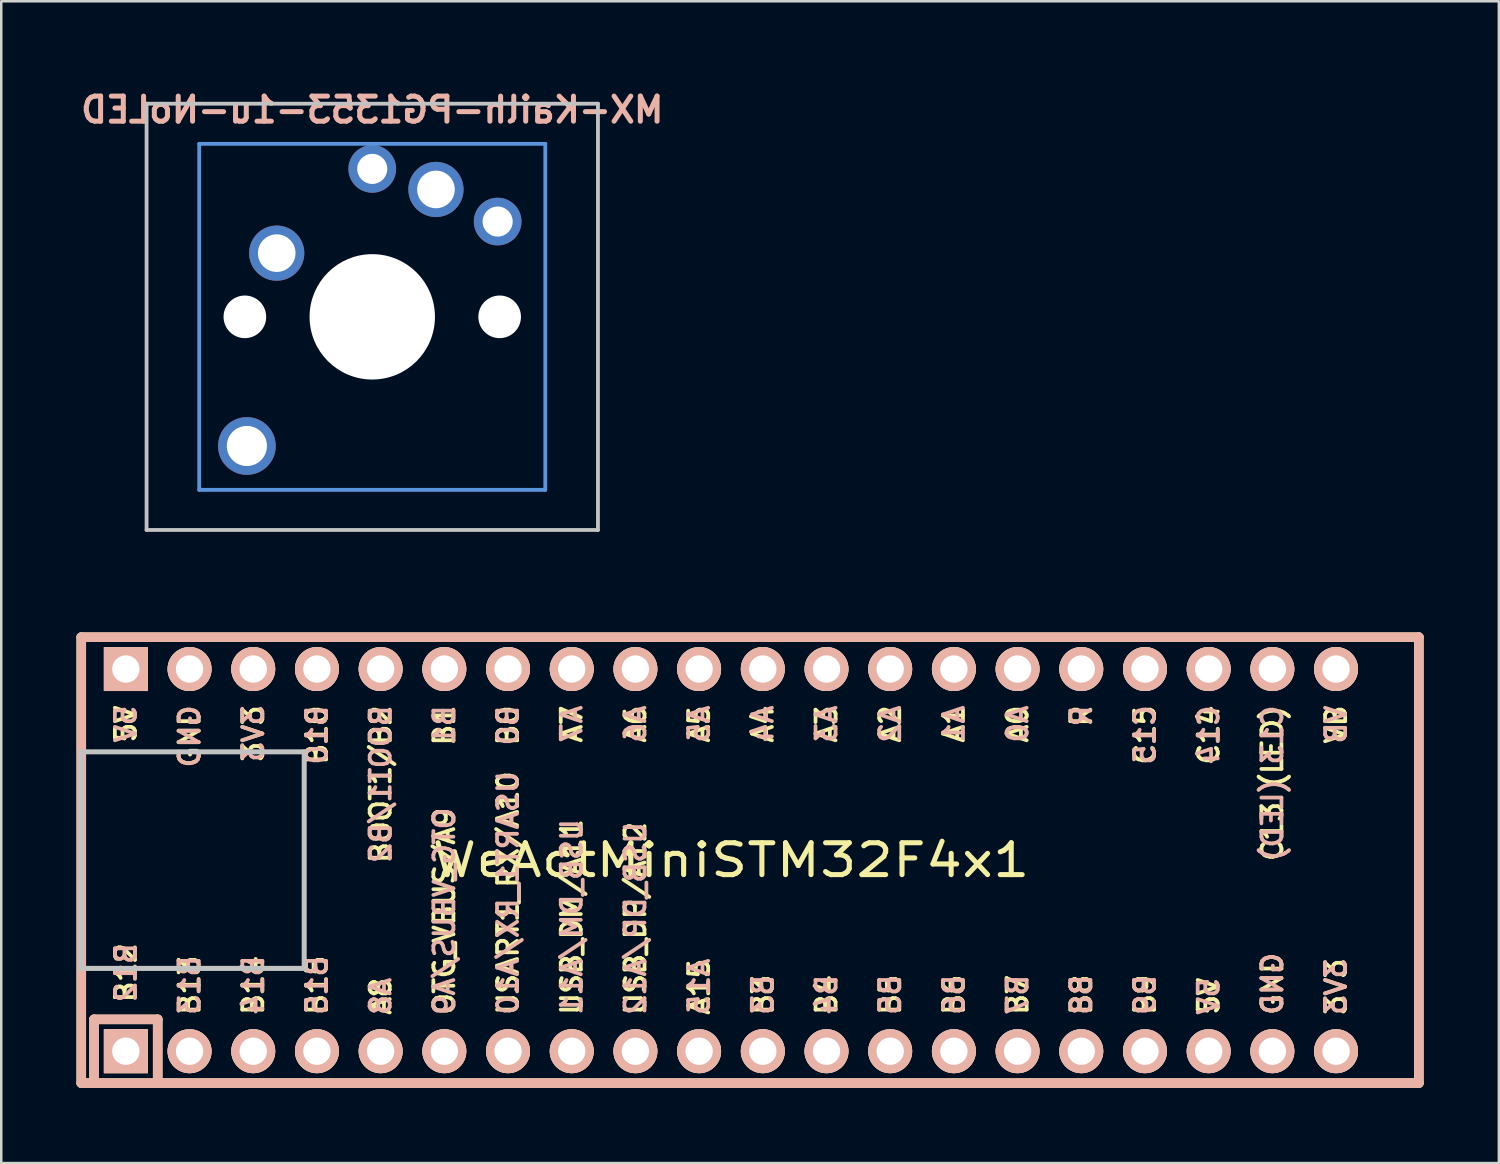
<source format=kicad_pcb>
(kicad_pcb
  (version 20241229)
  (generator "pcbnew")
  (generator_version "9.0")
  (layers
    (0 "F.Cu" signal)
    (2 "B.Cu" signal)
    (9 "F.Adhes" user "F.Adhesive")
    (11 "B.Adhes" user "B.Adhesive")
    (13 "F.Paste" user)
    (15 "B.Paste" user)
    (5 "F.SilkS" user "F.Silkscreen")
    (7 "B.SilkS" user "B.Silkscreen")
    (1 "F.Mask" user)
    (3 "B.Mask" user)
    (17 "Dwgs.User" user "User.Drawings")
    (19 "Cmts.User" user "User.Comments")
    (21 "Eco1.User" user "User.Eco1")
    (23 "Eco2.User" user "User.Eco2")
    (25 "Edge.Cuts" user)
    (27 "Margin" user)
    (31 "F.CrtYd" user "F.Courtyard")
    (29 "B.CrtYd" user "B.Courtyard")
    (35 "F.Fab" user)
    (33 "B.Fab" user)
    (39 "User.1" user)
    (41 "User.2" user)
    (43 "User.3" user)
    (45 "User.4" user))
  (footprint "MX-Kailh-PG1353-1u-NoLED"
    (layer "F.Cu")
    (at 11.795 9.585)
    (property "Reference" "MX-Kailh-PG1353-1u-NoLED" (at 0 -8.255 0) (layer "B.SilkS") (effects (font (size 1 1) (thickness 0.2)) (justify mirror)))
    (attr through_hole)
    (fp_line (start -9 -8.5) (end 9 -8.5) (stroke (width 0.152) (type solid)) (layer "Dwgs.User"))
    (fp_line (start -9 8.5) (end -9 -8.5) (stroke (width 0.152) (type solid)) (layer "Dwgs.User"))
    (fp_line (start 9 -8.5) (end 9 8.5) (stroke (width 0.152) (type solid)) (layer "Dwgs.User"))
    (fp_line (start 9 8.5) (end -9 8.5) (stroke (width 0.152) (type solid)) (layer "Dwgs.User"))
    (fp_line (start -6.9 -6.9) (end 6.9 -6.9) (stroke (width 0.152) (type solid)) (layer "Cmts.User"))
    (fp_line (start -6.9 6.9) (end -6.9 -6.9) (stroke (width 0.152) (type solid)) (layer "Cmts.User"))
    (fp_line (start 6.9 -6.9) (end 6.9 6.9) (stroke (width 0.152) (type solid)) (layer "Cmts.User"))
    (fp_line (start 6.9 6.9) (end -6.9 6.9) (stroke (width 0.152) (type solid)) (layer "Cmts.User"))
    (fp_line (start -9.525 9.525) (end -9.525 -9.525) (stroke (width 0.12) (type solid)) (layer "Eco1.User"))
    (fp_line (start 9.525 -9.525) (end -9.525 -9.525) (stroke (width 0.12) (type solid)) (layer "Eco1.User"))
    (fp_line (start 9.525 9.525) (end -9.525 9.525) (stroke (width 0.12) (type solid)) (layer "Eco1.User"))
    (fp_line (start 9.525 9.525) (end 9.525 -9.525) (stroke (width 0.12) (type solid)) (layer "Eco1.User"))
    (fp_line (start -7.5 -7.5) (end 7.5 -7.5) (stroke (width 0.152) (type solid)) (layer "Eco2.User"))
    (fp_line (start -7.5 7.5) (end -7.5 -7.5) (stroke (width 0.152) (type solid)) (layer "Eco2.User"))
    (fp_line (start 7.5 -7.5) (end 7.5 7.5) (stroke (width 0.152) (type solid)) (layer "Eco2.User"))
    (fp_line (start 7.5 7.5) (end -7.5 7.5) (stroke (width 0.152) (type solid)) (layer "Eco2.User"))
    (pad "" np_thru_hole circle (at -5.08 0) (size 1.7 1.7) (drill 1.7) (layers "*.Cu" "*.Mask"))
    (pad "" np_thru_hole circle (at 0 0) (size 5 5) (drill 5) (layers "*.Cu" "*.Mask"))
    (pad "" np_thru_hole circle (at 5.08 0) (size 1.7 1.7) (drill 1.7) (layers "*.Cu" "*.Mask"))
    (pad "1" thru_hole circle (at 2.54 -5.08) (size 2.2 2.2) (drill 1.5) (layers "*.Cu" "*.Mask"))
    (pad "1" thru_hole circle (at 5 -3.8 221.9) (size 1.9 1.9) (drill 1.2) (layers "*.Cu" "*.Mask"))
    (pad "2" thru_hole circle (at -3.81 -2.54) (size 2.2 2.2) (drill 1.5) (layers "*.Cu" "*.Mask"))
    (pad "2" thru_hole circle (at 0 -5.9) (size 1.9 1.9) (drill 1.2) (layers "*.Cu" "*.Mask"))
    (pad "NC" thru_hole circle (at -5 5.15) (size 2.3 2.3) (drill 1.6) (layers "*.Cu" "*.Mask")))
  (footprint "WeActMiniSTM32F4x1"
    (layer "F.Cu")
    (at 26.099 31.25)
    (property "Reference" "WeActMiniSTM32F4x1" (at 0 0 0) (layer "F.SilkS") (effects (font (size 1.27 1.524) (thickness 0.203))))
    (attr through_hole)
    (fp_line (start -25.908 -8.89) (end -25.908 8.89) (stroke (width 0.381) (type solid)) (layer "F.SilkS"))
    (fp_line (start -25.908 8.89) (end 27.432 8.89) (stroke (width 0.381) (type solid)) (layer "F.SilkS"))
    (fp_line (start -25.4 6.35) (end -25.4 8.89) (stroke (width 0.381) (type solid)) (layer "F.SilkS"))
    (fp_line (start -25.4 6.35) (end -22.86 6.35) (stroke (width 0.381) (type solid)) (layer "F.SilkS"))
    (fp_line (start -22.86 6.35) (end -22.86 8.89) (stroke (width 0.381) (type solid)) (layer "F.SilkS"))
    (fp_line (start 27.432 -8.89) (end -25.908 -8.89) (stroke (width 0.381) (type solid)) (layer "F.SilkS"))
    (fp_line (start 27.432 8.89) (end 27.432 -8.89) (stroke (width 0.381) (type solid)) (layer "F.SilkS"))
    (fp_line (start -25.908 -8.89) (end -25.908 8.89) (stroke (width 0.381) (type solid)) (layer "B.SilkS"))
    (fp_line (start -25.908 8.89) (end 27.432 8.89) (stroke (width 0.381) (type solid)) (layer "B.SilkS"))
    (fp_line (start -25.4 6.35) (end -25.4 8.89) (stroke (width 0.381) (type solid)) (layer "B.SilkS"))
    (fp_line (start -25.4 6.35) (end -22.86 6.35) (stroke (width 0.381) (type solid)) (layer "B.SilkS"))
    (fp_line (start -22.86 6.35) (end -22.86 8.89) (stroke (width 0.381) (type solid)) (layer "B.SilkS"))
    (fp_line (start 27.432 -8.89) (end -25.908 -8.89) (stroke (width 0.381) (type solid)) (layer "B.SilkS"))
    (fp_line (start 27.432 8.89) (end 27.432 -8.89) (stroke (width 0.381) (type solid)) (layer "B.SilkS"))
    (fp_line (start -25.908 -4.318) (end -17.018 -4.318) (stroke (width 0.2) (type solid)) (layer "Dwgs.User"))
    (fp_line (start -25.908 4.318) (end -25.908 -4.318) (stroke (width 0.2) (type solid)) (layer "Dwgs.User"))
    (fp_line (start -17.018 -4.318) (end -17.018 4.318) (stroke (width 0.2) (type solid)) (layer "Dwgs.User"))
    (fp_line (start -17.018 4.318) (end -25.908 4.318) (stroke (width 0.2) (type solid)) (layer "Dwgs.User"))
    (fp_text user "B15" (at -16.51 6.25 90) (layer "F.SilkS") (effects (font (size 0.8 0.8) (thickness 0.15)) (justify left)))
    (fp_text user "3V3" (at 24.13 6.25 90) (layer "F.SilkS") (effects (font (size 0.8 0.8) (thickness 0.15)) (justify left)))
    (fp_text user "GND" (at 21.59 6.25 90) (layer "F.SilkS") (effects (font (size 0.8 0.8) (thickness 0.15)) (justify left)))
    (fp_text user "B9" (at 16.51 6.25 90) (layer "F.SilkS") (effects (font (size 0.8 0.8) (thickness 0.15)) (justify left)))
    (fp_text user "USART1_RX/A10" (at -8.89 6.25 90) (layer "F.SilkS") (effects (font (size 0.8 0.8) (thickness 0.15)) (justify left)))
    (fp_text user "C14" (at 19.05 -6.25 90) (layer "F.SilkS") (effects (font (size 0.8 0.8) (thickness 0.15)) (justify right)))
    (fp_text user "B12" (at -24.13 5.75 90) (layer "F.SilkS") (effects (font (size 0.8 0.8) (thickness 0.15)) (justify left)))
    (fp_text user "OTG_VBUS/A9" (at -11.43 6.25 90) (layer "F.SilkS") (effects (font (size 0.8 0.8) (thickness 0.15)) (justify left)))
    (fp_text user "C13 (LED)" (at 21.59 -6.25 90) (layer "F.SilkS") (effects (font (size 0.8 0.8) (thickness 0.15)) (justify right)))
    (fp_text user "VB" (at 24.13 -6.25 90) (layer "F.SilkS") (effects (font (size 0.8 0.8) (thickness 0.15)) (justify right)))
    (fp_text user "B4" (at 3.81 6.25 90) (layer "F.SilkS") (effects (font (size 0.8 0.8) (thickness 0.15)) (justify left)))
    (fp_text user "A1" (at 8.89 -6.25 90) (layer "F.SilkS") (effects (font (size 0.8 0.8) (thickness 0.15)) (justify right)))
    (fp_text user "USB_DP/A12" (at -3.81 6.25 90) (layer "F.SilkS") (effects (font (size 0.8 0.8) (thickness 0.15)) (justify left)))
    (fp_text user "B3" (at 1.27 6.25 90) (layer "F.SilkS") (effects (font (size 0.8 0.8) (thickness 0.15)) (justify left)))
    (fp_text user "A15" (at -1.27 6.25 90) (layer "F.SilkS") (effects (font (size 0.8 0.8) (thickness 0.15)) (justify left)))
    (fp_text user "A6" (at -3.81 -6.25 90) (layer "F.SilkS") (effects (font (size 0.8 0.8) (thickness 0.15)) (justify right)))
    (fp_text user "5V" (at -24.13 -6.25 90) (layer "F.SilkS") (effects (font (size 0.8 0.8) (thickness 0.15)) (justify right)))
    (fp_text user "A7" (at -6.35 -6.25 90) (layer "F.SilkS") (effects (font (size 0.8 0.8) (thickness 0.15)) (justify right)))
    (fp_text user "GND" (at -21.59 -6.25 90) (layer "F.SilkS") (effects (font (size 0.8 0.8) (thickness 0.15)) (justify right)))
    (fp_text user "B14" (at -19.05 6.25 90) (layer "F.SilkS") (effects (font (size 0.8 0.8) (thickness 0.15)) (justify left)))
    (fp_text user "B1" (at -11.43 -6.25 90) (layer "F.SilkS") (effects (font (size 0.8 0.8) (thickness 0.15)) (justify right)))
    (fp_text user "3V3" (at -19.05 -6.25 90) (layer "F.SilkS") (effects (font (size 0.8 0.8) (thickness 0.15)) (justify right)))
    (fp_text user "R" (at 13.97 -6.25 90) (layer "F.SilkS") (effects (font (size 0.8 0.8) (thickness 0.15)) (justify right)))
    (fp_text user "B13" (at -21.59 6.25 90) (layer "F.SilkS") (effects (font (size 0.8 0.8) (thickness 0.15)) (justify left)))
    (fp_text user "A4" (at 1.27 -6.25 90) (layer "F.SilkS") (effects (font (size 0.8 0.8) (thickness 0.15)) (justify right)))
    (fp_text user "BOOT1/B2" (at -13.97 -6.25 90) (layer "F.SilkS") (effects (font (size 0.8 0.8) (thickness 0.15)) (justify right)))
    (fp_text user "5V" (at 19.05 6.25 90) (layer "F.SilkS") (effects (font (size 0.8 0.8) (thickness 0.15)) (justify left)))
    (fp_text user "B7" (at 11.43 6.25 90) (layer "F.SilkS") (effects (font (size 0.8 0.8) (thickness 0.15)) (justify left)))
    (fp_text user "B6" (at 8.89 6.25 90) (layer "F.SilkS") (effects (font (size 0.8 0.8) (thickness 0.15)) (justify left)))
    (fp_text user "A5" (at -1.27 -6.25 90) (layer "F.SilkS") (effects (font (size 0.8 0.8) (thickness 0.15)) (justify right)))
    (fp_text user "B0" (at -8.89 -6.25 90) (layer "F.SilkS") (effects (font (size 0.8 0.8) (thickness 0.15)) (justify right)))
    (fp_text user "A8" (at -13.97 6.25 90) (layer "F.SilkS") (effects (font (size 0.8 0.8) (thickness 0.15)) (justify left)))
    (fp_text user "USB_DM/A11" (at -6.35 6.25 90) (layer "F.SilkS") (effects (font (size 0.8 0.8) (thickness 0.15)) (justify left)))
    (fp_text user "A0" (at 11.43 -6.25 90) (layer "F.SilkS") (effects (font (size 0.8 0.8) (thickness 0.15)) (justify right)))
    (fp_text user "B8" (at 13.97 6.25 90) (layer "F.SilkS") (effects (font (size 0.8 0.8) (thickness 0.15)) (justify left)))
    (fp_text user "B5" (at 6.35 6.25 90) (layer "F.SilkS") (effects (font (size 0.8 0.8) (thickness 0.15)) (justify left)))
    (fp_text user "C15" (at 16.51 -6.25 90) (layer "F.SilkS") (effects (font (size 0.8 0.8) (thickness 0.15)) (justify right)))
    (fp_text user "B10" (at -16.51 -6.25 90) (layer "F.SilkS") (effects (font (size 0.8 0.8) (thickness 0.15)) (justify right)))
    (fp_text user "A2" (at 6.35 -6.25 90) (layer "F.SilkS") (effects (font (size 0.8 0.8) (thickness 0.15)) (justify right)))
    (fp_text user "A3" (at 3.81 -6.25 90) (layer "F.SilkS") (effects (font (size 0.8 0.8) (thickness 0.15)) (justify right)))
    (fp_text user "USB_DP/A12" (at -3.81 6.25 90) (layer "B.SilkS") (effects (font (size 0.8 0.8) (thickness 0.15)) (justify right mirror)))
    (fp_text user "A4" (at 1.27 -6.25 90) (layer "B.SilkS") (effects (font (size 0.8 0.8) (thickness 0.15)) (justify left mirror)))
    (fp_text user "A2" (at 6.35 -6.25 90) (layer "B.SilkS") (effects (font (size 0.8 0.8) (thickness 0.15)) (justify left mirror)))
    (fp_text user "B4" (at 3.81 6.25 90) (layer "B.SilkS") (effects (font (size 0.8 0.8) (thickness 0.15)) (justify right mirror)))
    (fp_text user "OTG_VBUS/A9" (at -11.43 6.25 90) (layer "B.SilkS") (effects (font (size 0.8 0.8) (thickness 0.15)) (justify right mirror)))
    (fp_text user "C14" (at 19.05 -6.25 90) (layer "B.SilkS") (effects (font (size 0.8 0.8) (thickness 0.15)) (justify left mirror)))
    (fp_text user "B3" (at 1.27 6.25 90) (layer "B.SilkS") (effects (font (size 0.8 0.8) (thickness 0.15)) (justify right mirror)))
    (fp_text user "B5" (at 6.35 6.25 90) (layer "B.SilkS") (effects (font (size 0.8 0.8) (thickness 0.15)) (justify right mirror)))
    (fp_text user "5V" (at -24.13 -6.25 90) (layer "B.SilkS") (effects (font (size 0.8 0.8) (thickness 0.15)) (justify left mirror)))
    (fp_text user "B13" (at -21.59 6.25 90) (layer "B.SilkS") (effects (font (size 0.8 0.8) (thickness 0.15)) (justify right mirror)))
    (fp_text user "A8" (at -13.97 6.25 90) (layer "B.SilkS") (effects (font (size 0.8 0.8) (thickness 0.15)) (justify right mirror)))
    (fp_text user "B0" (at -8.89 -6.25 90) (layer "B.SilkS") (effects (font (size 0.8 0.8) (thickness 0.15)) (justify left mirror)))
    (fp_text user "B9" (at 16.51 6.25 90) (layer "B.SilkS") (effects (font (size 0.8 0.8) (thickness 0.15)) (justify right mirror)))
    (fp_text user "B7" (at 11.43 6.25 90) (layer "B.SilkS") (effects (font (size 0.8 0.8) (thickness 0.15)) (justify right mirror)))
    (fp_text user "C13 (LED)" (at 21.59 -6.25 90) (layer "B.SilkS") (effects (font (size 0.8 0.8) (thickness 0.15)) (justify left mirror)))
    (fp_text user "A0" (at 11.43 -6.25 90) (layer "B.SilkS") (effects (font (size 0.8 0.8) (thickness 0.15)) (justify left mirror)))
    (fp_text user "VB" (at 24.13 -6.25 90) (layer "B.SilkS") (effects (font (size 0.8 0.8) (thickness 0.15)) (justify left mirror)))
    (fp_text user "3V3" (at 24.13 6.25 90) (layer "B.SilkS") (effects (font (size 0.8 0.8) (thickness 0.15)) (justify right mirror)))
    (fp_text user "B6" (at 8.89 6.25 90) (layer "B.SilkS") (effects (font (size 0.8 0.8) (thickness 0.15)) (justify right mirror)))
    (fp_text user "B12" (at -24.13 5.75 90) (layer "B.SilkS") (effects (font (size 0.8 0.8) (thickness 0.15)) (justify right mirror)))
    (fp_text user "BOOT1/B2" (at -13.97 -6.25 90) (layer "B.SilkS") (effects (font (size 0.8 0.8) (thickness 0.15)) (justify left mirror)))
    (fp_text user "USART1_RX/A10" (at -8.89 6.25 90) (layer "B.SilkS") (effects (font (size 0.8 0.8) (thickness 0.15)) (justify right mirror)))
    (fp_text user "B8" (at 13.97 6.25 90) (layer "B.SilkS") (effects (font (size 0.8 0.8) (thickness 0.15)) (justify right mirror)))
    (fp_text user "3V3" (at -19.05 -6.25 90) (layer "B.SilkS") (effects (font (size 0.8 0.8) (thickness 0.15)) (justify left mirror)))
    (fp_text user "USB_DM/A11" (at -6.35 6.25 90) (layer "B.SilkS") (effects (font (size 0.8 0.8) (thickness 0.15)) (justify right mirror)))
    (fp_text user "A5" (at -1.27 -6.25 90) (layer "B.SilkS") (effects (font (size 0.8 0.8) (thickness 0.15)) (justify left mirror)))
    (fp_text user "B10" (at -16.51 -6.25 90) (layer "B.SilkS") (effects (font (size 0.8 0.8) (thickness 0.15)) (justify left mirror)))
    (fp_text user "A7" (at -6.35 -6.25 90) (layer "B.SilkS") (effects (font (size 0.8 0.8) (thickness 0.15)) (justify left mirror)))
    (fp_text user "B1" (at -11.43 -6.25 90) (layer "B.SilkS") (effects (font (size 0.8 0.8) (thickness 0.15)) (justify left mirror)))
    (fp_text user "GND" (at -21.59 -6.25 90) (layer "B.SilkS") (effects (font (size 0.8 0.8) (thickness 0.15)) (justify left mirror)))
    (fp_text user "A15" (at -1.27 6.25 90) (layer "B.SilkS") (effects (font (size 0.8 0.8) (thickness 0.15)) (justify right mirror)))
    (fp_text user "B15" (at -16.51 6.25 90) (layer "B.SilkS") (effects (font (size 0.8 0.8) (thickness 0.15)) (justify right mirror)))
    (fp_text user "A1" (at 8.89 -6.25 90) (layer "B.SilkS") (effects (font (size 0.8 0.8) (thickness 0.15)) (justify left mirror)))
    (fp_text user "5V" (at 19.05 6.25 90) (layer "B.SilkS") (effects (font (size 0.8 0.8) (thickness 0.15)) (justify right mirror)))
    (fp_text user "B14" (at -19.05 6.25 90) (layer "B.SilkS") (effects (font (size 0.8 0.8) (thickness 0.15)) (justify right mirror)))
    (fp_text user "GND" (at 21.59 6.25 90) (layer "B.SilkS") (effects (font (size 0.8 0.8) (thickness 0.15)) (justify right mirror)))
    (fp_text user "A6" (at -3.81 -6.25 90) (layer "B.SilkS") (effects (font (size 0.8 0.8) (thickness 0.15)) (justify left mirror)))
    (fp_text user "R" (at 13.97 -6.25 90) (layer "B.SilkS") (effects (font (size 0.8 0.8) (thickness 0.15)) (justify left mirror)))
    (fp_text user "A3" (at 3.81 -6.25 90) (layer "B.SilkS") (effects (font (size 0.8 0.8) (thickness 0.15)) (justify left mirror)))
    (fp_text user "C15" (at 16.51 -6.25 90) (layer "B.SilkS") (effects (font (size 0.8 0.8) (thickness 0.15)) (justify left mirror)))
    (pad "1" thru_hole rect (at -24.13 7.62) (size 1.753 1.753) (drill 1.092) (layers "*.Cu" "*.SilkS" "*.Mask"))
    (pad "2" thru_hole circle (at -21.59 7.62) (size 1.753 1.753) (drill 1.092) (layers "*.Cu" "*.SilkS" "*.Mask"))
    (pad "3" thru_hole circle (at -19.05 7.62) (size 1.753 1.753) (drill 1.092) (layers "*.Cu" "*.SilkS" "*.Mask"))
    (pad "4" thru_hole circle (at -16.51 7.62) (size 1.753 1.753) (drill 1.092) (layers "*.Cu" "*.SilkS" "*.Mask"))
    (pad "5" thru_hole circle (at -13.97 7.62) (size 1.753 1.753) (drill 1.092) (layers "*.Cu" "*.SilkS" "*.Mask"))
    (pad "6" thru_hole circle (at -11.43 7.62) (size 1.753 1.753) (drill 1.092) (layers "*.Cu" "*.SilkS" "*.Mask"))
    (pad "7" thru_hole circle (at -8.89 7.62) (size 1.753 1.753) (drill 1.092) (layers "*.Cu" "*.SilkS" "*.Mask"))
    (pad "8" thru_hole circle (at -6.35 7.62) (size 1.753 1.753) (drill 1.092) (layers "*.Cu" "*.SilkS" "*.Mask"))
    (pad "9" thru_hole circle (at -3.81 7.62) (size 1.753 1.753) (drill 1.092) (layers "*.Cu" "*.SilkS" "*.Mask"))
    (pad "10" thru_hole circle (at -1.27 7.62) (size 1.753 1.753) (drill 1.092) (layers "*.Cu" "*.SilkS" "*.Mask"))
    (pad "11" thru_hole circle (at 1.27 7.62) (size 1.753 1.753) (drill 1.092) (layers "*.Cu" "*.SilkS" "*.Mask"))
    (pad "12" thru_hole circle (at 3.81 7.62) (size 1.753 1.753) (drill 1.092) (layers "*.Cu" "*.SilkS" "*.Mask"))
    (pad "13" thru_hole circle (at 6.35 7.62) (size 1.753 1.753) (drill 1.092) (layers "*.Cu" "*.SilkS" "*.Mask"))
    (pad "14" thru_hole circle (at 8.89 7.62) (size 1.753 1.753) (drill 1.092) (layers "*.Cu" "*.SilkS" "*.Mask"))
    (pad "15" thru_hole circle (at 11.43 7.62) (size 1.753 1.753) (drill 1.092) (layers "*.Cu" "*.SilkS" "*.Mask"))
    (pad "16" thru_hole circle (at 13.97 7.62) (size 1.753 1.753) (drill 1.092) (layers "*.Cu" "*.SilkS" "*.Mask"))
    (pad "17" thru_hole circle (at 16.51 7.62) (size 1.753 1.753) (drill 1.092) (layers "*.Cu" "*.SilkS" "*.Mask"))
    (pad "18" thru_hole circle (at 19.05 7.62) (size 1.753 1.753) (drill 1.092) (layers "*.Cu" "*.SilkS" "*.Mask"))
    (pad "19" thru_hole circle (at 21.59 7.62) (size 1.753 1.753) (drill 1.092) (layers "*.Cu" "*.SilkS" "*.Mask"))
    (pad "20" thru_hole circle (at 24.13 7.62) (size 1.753 1.753) (drill 1.092) (layers "*.Cu" "*.SilkS" "*.Mask"))
    (pad "21" thru_hole circle (at 24.13 -7.62) (size 1.753 1.753) (drill 1.092) (layers "*.Cu" "*.SilkS" "*.Mask"))
    (pad "22" thru_hole circle (at 21.59 -7.62) (size 1.753 1.753) (drill 1.092) (layers "*.Cu" "*.SilkS" "*.Mask"))
    (pad "23" thru_hole circle (at 19.05 -7.62) (size 1.753 1.753) (drill 1.092) (layers "*.Cu" "*.SilkS" "*.Mask"))
    (pad "24" thru_hole circle (at 16.51 -7.62) (size 1.753 1.753) (drill 1.092) (layers "*.Cu" "*.SilkS" "*.Mask"))
    (pad "25" thru_hole circle (at 13.97 -7.62) (size 1.753 1.753) (drill 1.092) (layers "*.Cu" "*.SilkS" "*.Mask"))
    (pad "26" thru_hole circle (at 11.43 -7.62) (size 1.753 1.753) (drill 1.092) (layers "*.Cu" "*.SilkS" "*.Mask"))
    (pad "27" thru_hole circle (at 8.89 -7.62) (size 1.753 1.753) (drill 1.092) (layers "*.Cu" "*.SilkS" "*.Mask"))
    (pad "28" thru_hole circle (at 6.35 -7.62) (size 1.753 1.753) (drill 1.092) (layers "*.Cu" "*.SilkS" "*.Mask"))
    (pad "29" thru_hole circle (at 3.81 -7.62) (size 1.753 1.753) (drill 1.092) (layers "*.Cu" "*.SilkS" "*.Mask"))
    (pad "30" thru_hole circle (at 1.27 -7.62) (size 1.753 1.753) (drill 1.092) (layers "*.Cu" "*.SilkS" "*.Mask"))
    (pad "31" thru_hole circle (at -1.27 -7.62) (size 1.753 1.753) (drill 1.092) (layers "*.Cu" "*.SilkS" "*.Mask"))
    (pad "32" thru_hole circle (at -3.81 -7.62) (size 1.753 1.753) (drill 1.092) (layers "*.Cu" "*.SilkS" "*.Mask"))
    (pad "33" thru_hole circle (at -6.35 -7.62) (size 1.753 1.753) (drill 1.092) (layers "*.Cu" "*.SilkS" "*.Mask"))
    (pad "34" thru_hole circle (at -8.89 -7.62) (size 1.753 1.753) (drill 1.092) (layers "*.Cu" "*.SilkS" "*.Mask"))
    (pad "35" thru_hole circle (at -11.43 -7.62) (size 1.753 1.753) (drill 1.092) (layers "*.Cu" "*.SilkS" "*.Mask"))
    (pad "36" thru_hole circle (at -13.97 -7.62) (size 1.753 1.753) (drill 1.092) (layers "*.Cu" "*.SilkS" "*.Mask"))
    (pad "37" thru_hole circle (at -16.51 -7.62) (size 1.753 1.753) (drill 1.092) (layers "*.Cu" "*.SilkS" "*.Mask"))
    (pad "38" thru_hole circle (at -19.05 -7.62) (size 1.753 1.753) (drill 1.092) (layers "*.Cu" "*.SilkS" "*.Mask"))
    (pad "39" thru_hole circle (at -21.59 -7.62) (size 1.753 1.753) (drill 1.092) (layers "*.Cu" "*.SilkS" "*.Mask"))
    (pad "40" thru_hole rect (at -24.13 -7.62) (size 1.753 1.753) (drill 1.092) (layers "*.Cu" "*.SilkS" "*.Mask")))
  (gr_rect
    (start -3 -3)
    (end 56.721 43.331)
    (stroke (width 0.1) (type default))
    (fill no)
    (layer "Edge.Cuts")))
</source>
